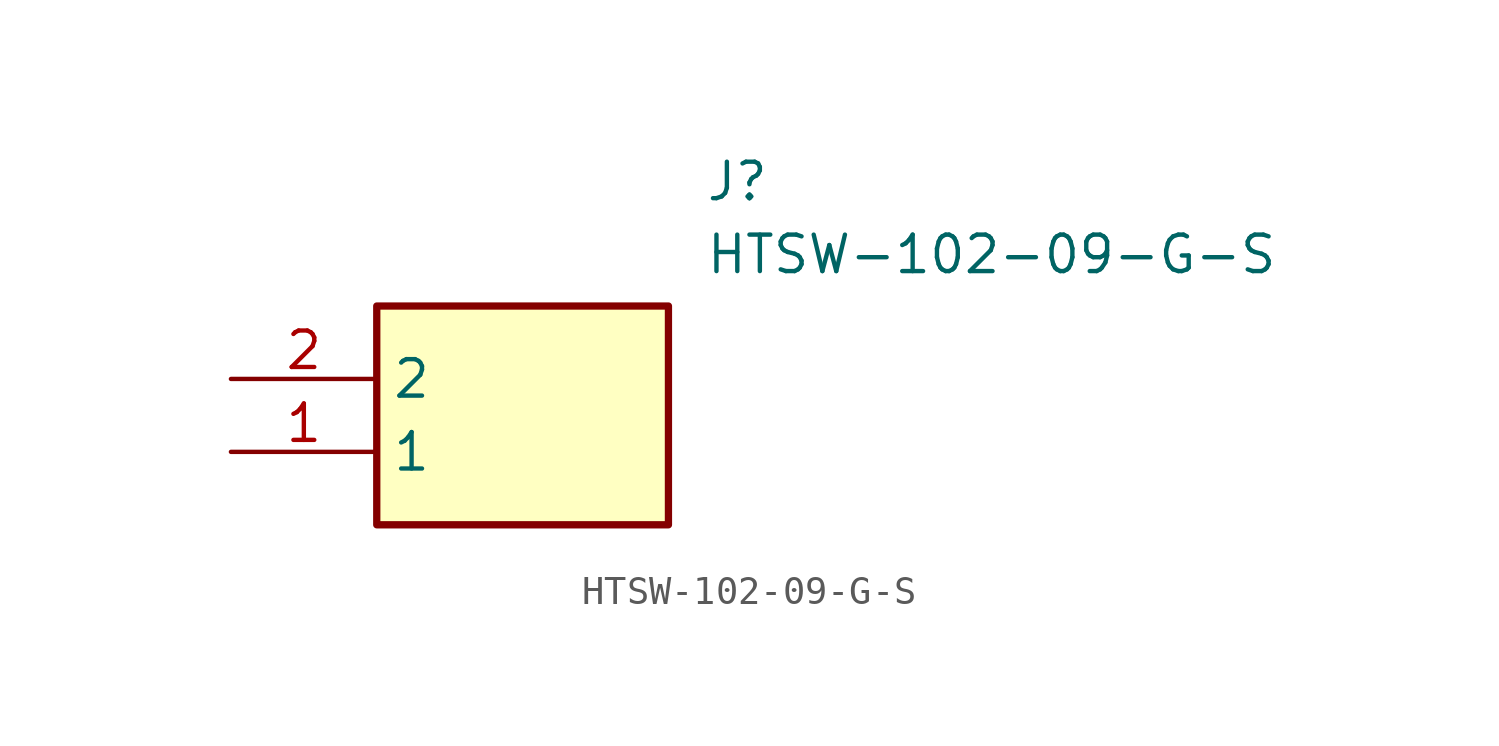
<source format=kicad_sym>
(kicad_symbol_lib
  (version 20211014)
  (generator SamacSys_ECAD_Model)
  (symbol "HTSW-102-09-G-S"
    (property "Reference" "J"
      (at 16.51 7.62 0)
      (effects (font (size 1.27 1.27)) (justify left top)))
    (property "Value" "HTSW-102-09-G-S"
      (at 16.51 5.08 0)
      (effects (font (size 1.27 1.27)) (justify left top)))
    (rectangle
      (start 5.08 2.54)
      (end 15.24 -5.08)
      (stroke (width 0.254) (type default))
      (fill (type background)))
    (pin passive line
      (at 0 -2.54 0)
      (length 5.08)
      (name "1" (effects (font (size 1.27 1.27))))
      (number "1" (effects (font (size 1.27 1.27)))))
    (pin passive line
      (at 0 0 0)
      (length 5.08)
      (name "2" (effects (font (size 1.27 1.27))))
      (number "2" (effects (font (size 1.27 1.27)))))))
</source>
